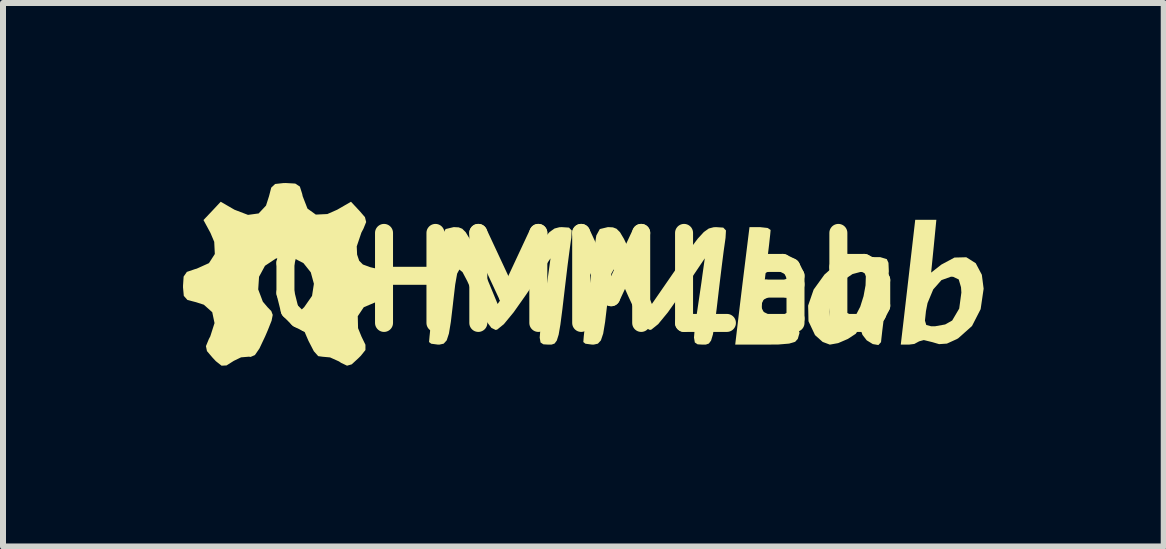
<source format=kicad_pcb>
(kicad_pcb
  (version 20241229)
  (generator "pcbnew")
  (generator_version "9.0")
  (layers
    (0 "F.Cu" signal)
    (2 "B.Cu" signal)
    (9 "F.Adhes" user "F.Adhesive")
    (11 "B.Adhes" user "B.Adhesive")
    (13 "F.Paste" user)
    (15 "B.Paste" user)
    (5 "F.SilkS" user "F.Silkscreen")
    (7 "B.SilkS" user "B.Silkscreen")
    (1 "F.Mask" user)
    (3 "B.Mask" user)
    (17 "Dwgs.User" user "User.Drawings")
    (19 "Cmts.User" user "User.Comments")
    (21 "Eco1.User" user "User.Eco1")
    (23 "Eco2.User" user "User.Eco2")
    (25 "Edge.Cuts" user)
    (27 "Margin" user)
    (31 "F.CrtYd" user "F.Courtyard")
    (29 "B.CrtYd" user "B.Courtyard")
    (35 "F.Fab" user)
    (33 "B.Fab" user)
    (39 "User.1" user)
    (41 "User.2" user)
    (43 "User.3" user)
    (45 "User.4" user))
  (footprint "OHMMLab"
    (layer "F.Cu")
    (at 6.671 1.653)
    (property "Reference" "OHMMLab" (at 0 0 0) (layer "F.SilkS") (effects (font (size 1.5 1.5) (thickness 0.3))))
    (attr board_only exclude_from_pos_files exclude_from_bom)
    (fp_poly (pts (xy 3.071 -0.904) (xy 3.121 -0.87) (xy 3.114 -0.794) (xy 3.095 -0.621) (xy 3.066 -0.379) (xy 3.03 -0.091) (xy 3.03 -0.089) (xy 2.995 0.198) (xy 2.966 0.44) (xy 2.946 0.612) (xy 2.938 0.688) (xy 2.938 0.689) (xy 2.993 0.714) (xy 3.136 0.73) (xy 3.274 0.734) (xy 3.479 0.742) (xy 3.581 0.774) (xy 3.603 0.844) (xy 3.574 0.944) (xy 3.53 0.993) (xy 3.43 1.023) (xy 3.251 1.038) (xy 3.034 1.04) (xy 2.531 1.04) (xy 2.58 0.627) (xy 2.611 0.367) (xy 2.65 0.045) (xy 2.69 -0.279) (xy 2.699 -0.352) (xy 2.769 -0.918) (xy 2.945 -0.918)) (stroke (width 0) (type solid)) (fill yes) (layer "F.SilkS"))
    (fp_poly (pts (xy 5.84 -0.6) (xy 5.796 -0.16) (xy 5.967 -0.294) (xy 6.185 -0.411) (xy 6.382 -0.416) (xy 6.539 -0.317) (xy 6.641 -0.124) (xy 6.671 0.108) (xy 6.621 0.449) (xy 6.477 0.73) (xy 6.248 0.934) (xy 6.224 0.948) (xy 6.059 1.023) (xy 5.929 1.032) (xy 5.817 0.999) (xy 5.674 0.964) (xy 5.597 0.985) (xy 5.515 1.029) (xy 5.426 1.04) (xy 5.29 1.04) (xy 5.337 0.64) (xy 5.693 0.64) (xy 5.715 0.713) (xy 5.795 0.734) (xy 5.863 0.734) (xy 6.03 0.704) (xy 6.147 0.638) (xy 6.264 0.439) (xy 6.3 0.172) (xy 6.294 0.084) (xy 6.256 -0.046) (xy 6.163 -0.09) (xy 6.127 -0.092) (xy 5.968 -0.035) (xy 5.831 0.12) (xy 5.736 0.348) (xy 5.71 0.48) (xy 5.693 0.64) (xy 5.337 0.64) (xy 5.411 0) (xy 5.531 -1.04) (xy 5.707 -1.04) (xy 5.883 -1.04)) (stroke (width 0) (type solid)) (fill yes) (layer "F.SilkS"))
    (fp_poly (pts (xy 4.947 -0.418) (xy 5.057 -0.385) (xy 5.085 -0.323) (xy 5.091 -0.184) (xy 5.074 0.048) (xy 5.044 0.306) (xy 5.011 0.575) (xy 4.983 0.799) (xy 4.966 0.95) (xy 4.961 0.999) (xy 4.917 1.047) (xy 4.824 1.031) (xy 4.722 0.968) (xy 4.651 0.876) (xy 4.645 0.857) (xy 4.613 0.77) (xy 4.596 0.779) (xy 4.539 0.86) (xy 4.407 0.946) (xy 4.247 1.015) (xy 4.108 1.04) (xy 3.988 0.995) (xy 3.865 0.885) (xy 3.86 0.879) (xy 3.752 0.65) (xy 3.749 0.493) (xy 4.102 0.493) (xy 4.117 0.645) (xy 4.144 0.696) (xy 4.254 0.729) (xy 4.396 0.678) (xy 4.533 0.559) (xy 4.545 0.543) (xy 4.615 0.407) (xy 4.67 0.232) (xy 4.703 0.052) (xy 4.708 -0.097) (xy 4.679 -0.178) (xy 4.662 -0.184) (xy 4.486 -0.136) (xy 4.309 -0.016) (xy 4.188 0.131) (xy 4.127 0.305) (xy 4.102 0.493) (xy 3.749 0.493) (xy 3.746 0.39) (xy 3.838 0.123) (xy 4.019 -0.128) (xy 4.175 -0.265) (xy 4.325 -0.336) (xy 4.534 -0.39) (xy 4.756 -0.419)) (stroke (width 0) (type solid)) (fill yes) (layer "F.SilkS"))
    (fp_poly (pts (xy -0.239 -0.91) (xy -0.194 -0.863) (xy -0.2 -0.741) (xy -0.208 -0.689) (xy -0.231 -0.521) (xy -0.263 -0.277) (xy -0.296 0.000379) (xy -0.307 0.092) (xy -0.349 0.45) (xy -0.382 0.704) (xy -0.411 0.873) (xy -0.442 0.972) (xy -0.479 1.022) (xy -0.527 1.039) (xy -0.584 1.04) (xy -0.666 1.035) (xy -0.713 1.004) (xy -0.727 0.922) (xy -0.714 0.766) (xy -0.678 0.52) (xy -0.64 0.263) (xy -0.603 0.004) (xy -0.585 -0.122) (xy -0.547 -0.398) (xy -0.948 0.199) (xy -1.161 0.501) (xy -1.324 0.699) (xy -1.435 0.789) (xy -1.461 0.796) (xy -1.532 0.761) (xy -1.617 0.649) (xy -1.725 0.444) (xy -1.82 0.236) (xy -1.934 -0.018) (xy -2.013 -0.168) (xy -2.066 -0.211) (xy -2.103 -0.143) (xy -2.135 0.038) (xy -2.17 0.338) (xy -2.173 0.367) (xy -2.208 0.662) (xy -2.24 0.856) (xy -2.277 0.969) (xy -2.327 1.024) (xy -2.398 1.04) (xy -2.422 1.04) (xy -2.535 1.025) (xy -2.571 0.997) (xy -2.563 0.905) (xy -2.544 0.721) (xy -2.515 0.472) (xy -2.481 0.187) (xy -2.445 -0.106) (xy -2.41 -0.378) (xy -2.381 -0.601) (xy -2.36 -0.747) (xy -2.354 -0.78) (xy -2.295 -0.886) (xy -2.162 -0.918) (xy -2.149 -0.918) (xy -2.077 -0.914) (xy -2.018 -0.891) (xy -1.96 -0.833) (xy -1.894 -0.724) (xy -1.811 -0.549) (xy -1.7 -0.292) (xy -1.56 0.044) (xy -1.428 0.363) (xy -0.986 -0.277) (xy -0.799 -0.545) (xy -0.663 -0.726) (xy -0.562 -0.837) (xy -0.48 -0.895) (xy -0.4 -0.916) (xy -0.359 -0.918)) (stroke (width 0) (type solid)) (fill yes) (layer "F.SilkS"))
    (fp_poly (pts (xy 2.332 -0.91) (xy 2.377 -0.863) (xy 2.37 -0.741) (xy 2.363 -0.689) (xy 2.339 -0.521) (xy 2.308 -0.277) (xy 2.274 0.000379) (xy 2.263 0.092) (xy 2.221 0.45) (xy 2.188 0.704) (xy 2.159 0.873) (xy 2.129 0.972) (xy 2.092 1.022) (xy 2.043 1.039) (xy 1.986 1.04) (xy 1.904 1.035) (xy 1.858 1.004) (xy 1.844 0.922) (xy 1.857 0.766) (xy 1.892 0.52) (xy 1.93 0.263) (xy 1.968 0.004) (xy 1.985 -0.122) (xy 2.024 -0.398) (xy 1.623 0.199) (xy 1.41 0.501) (xy 1.247 0.699) (xy 1.135 0.789) (xy 1.11 0.796) (xy 1.039 0.761) (xy 0.954 0.649) (xy 0.846 0.444) (xy 0.75 0.236) (xy 0.637 -0.018) (xy 0.558 -0.168) (xy 0.505 -0.211) (xy 0.467 -0.143) (xy 0.436 0.038) (xy 0.401 0.338) (xy 0.398 0.367) (xy 0.363 0.662) (xy 0.331 0.856) (xy 0.293 0.969) (xy 0.243 1.024) (xy 0.173 1.04) (xy 0.148 1.04) (xy 0.035 1.025) (xy 0 0.997) (xy 0.007 0.905) (xy 0.027 0.721) (xy 0.056 0.472) (xy 0.09 0.187) (xy 0.126 -0.106) (xy 0.16 -0.378) (xy 0.19 -0.601) (xy 0.211 -0.747) (xy 0.217 -0.78) (xy 0.275 -0.886) (xy 0.408 -0.918) (xy 0.422 -0.918) (xy 0.493 -0.914) (xy 0.553 -0.891) (xy 0.611 -0.833) (xy 0.676 -0.724) (xy 0.76 -0.549) (xy 0.871 -0.292) (xy 1.01 0.044) (xy 1.142 0.363) (xy 1.584 -0.277) (xy 1.771 -0.545) (xy 1.907 -0.726) (xy 2.009 -0.837) (xy 2.091 -0.895) (xy 2.171 -0.916) (xy 2.212 -0.918)) (stroke (width 0) (type solid)) (fill yes) (layer "F.SilkS"))
    (fp_poly (pts (xy -4.801 -1.644) (xy -4.724 -1.594) (xy -4.685 -1.472) (xy -4.677 -1.433) (xy -4.597 -1.227) (xy -4.458 -1.127) (xy -4.266 -1.136) (xy -4.102 -1.208) (xy -3.872 -1.341) (xy -3.729 -1.188) (xy -3.639 -1.084) (xy -3.619 -1.003) (xy -3.665 -0.89) (xy -3.698 -0.828) (xy -3.776 -0.597) (xy -3.77 -0.46) (xy -3.735 -0.357) (xy -3.673 -0.295) (xy -3.55 -0.25) (xy -3.412 -0.218) (xy -3.301 -0.178) (xy -3.254 -0.097) (xy -3.244 0.056) (xy -3.253 0.212) (xy -3.303 0.288) (xy -3.427 0.327) (xy -3.461 0.333) (xy -3.659 0.417) (xy -3.759 0.566) (xy -3.754 0.766) (xy -3.697 0.906) (xy -3.631 1.042) (xy -3.631 1.13) (xy -3.707 1.225) (xy -3.749 1.267) (xy -3.86 1.369) (xy -3.938 1.391) (xy -4.038 1.343) (xy -4.072 1.32) (xy -4.221 1.253) (xy -4.345 1.242) (xy -4.418 1.232) (xy -4.491 1.15) (xy -4.581 0.976) (xy -4.614 0.9) (xy -4.698 0.701) (xy -4.736 0.581) (xy -4.731 0.507) (xy -4.684 0.446) (xy -4.652 0.416) (xy -4.521 0.228) (xy -4.49 0.026) (xy -4.542 -0.165) (xy -4.664 -0.318) (xy -4.84 -0.409) (xy -5.057 -0.412) (xy -5.126 -0.393) (xy -5.305 -0.274) (xy -5.404 -0.091) (xy -5.418 0.12) (xy -5.341 0.324) (xy -5.263 0.416) (xy -5.2 0.481) (xy -5.176 0.545) (xy -5.195 0.641) (xy -5.259 0.802) (xy -5.301 0.9) (xy -5.398 1.105) (xy -5.473 1.214) (xy -5.544 1.245) (xy -5.573 1.241) (xy -5.704 1.252) (xy -5.824 1.31) (xy -5.946 1.387) (xy -6.029 1.391) (xy -6.124 1.316) (xy -6.181 1.255) (xy -6.272 1.148) (xy -6.289 1.065) (xy -6.24 0.946) (xy -6.217 0.903) (xy -6.146 0.681) (xy -6.184 0.5) (xy -6.324 0.375) (xy -6.454 0.333) (xy -6.597 0.296) (xy -6.658 0.228) (xy -6.671 0.087) (xy -6.671 0.06) (xy -6.661 -0.094) (xy -6.607 -0.172) (xy -6.472 -0.218) (xy -6.443 -0.226) (xy -6.239 -0.318) (xy -6.141 -0.47) (xy -6.151 -0.673) (xy -6.214 -0.822) (xy -6.33 -1.036) (xy -6.186 -1.188) (xy -6.043 -1.341) (xy -5.813 -1.208) (xy -5.588 -1.122) (xy -5.411 -1.146) (xy -5.288 -1.277) (xy -5.238 -1.433) (xy -5.201 -1.576) (xy -5.136 -1.637) (xy -5 -1.652) (xy -4.958 -1.653)) (stroke (width 0) (type solid)) (fill yes) (layer "F.SilkS")))
  (gr_rect
    (start -3 -3)
    (end 16.343 6.057)
    (stroke (width 0.1) (type default))
    (fill no)
    (layer "Edge.Cuts")))
</source>
